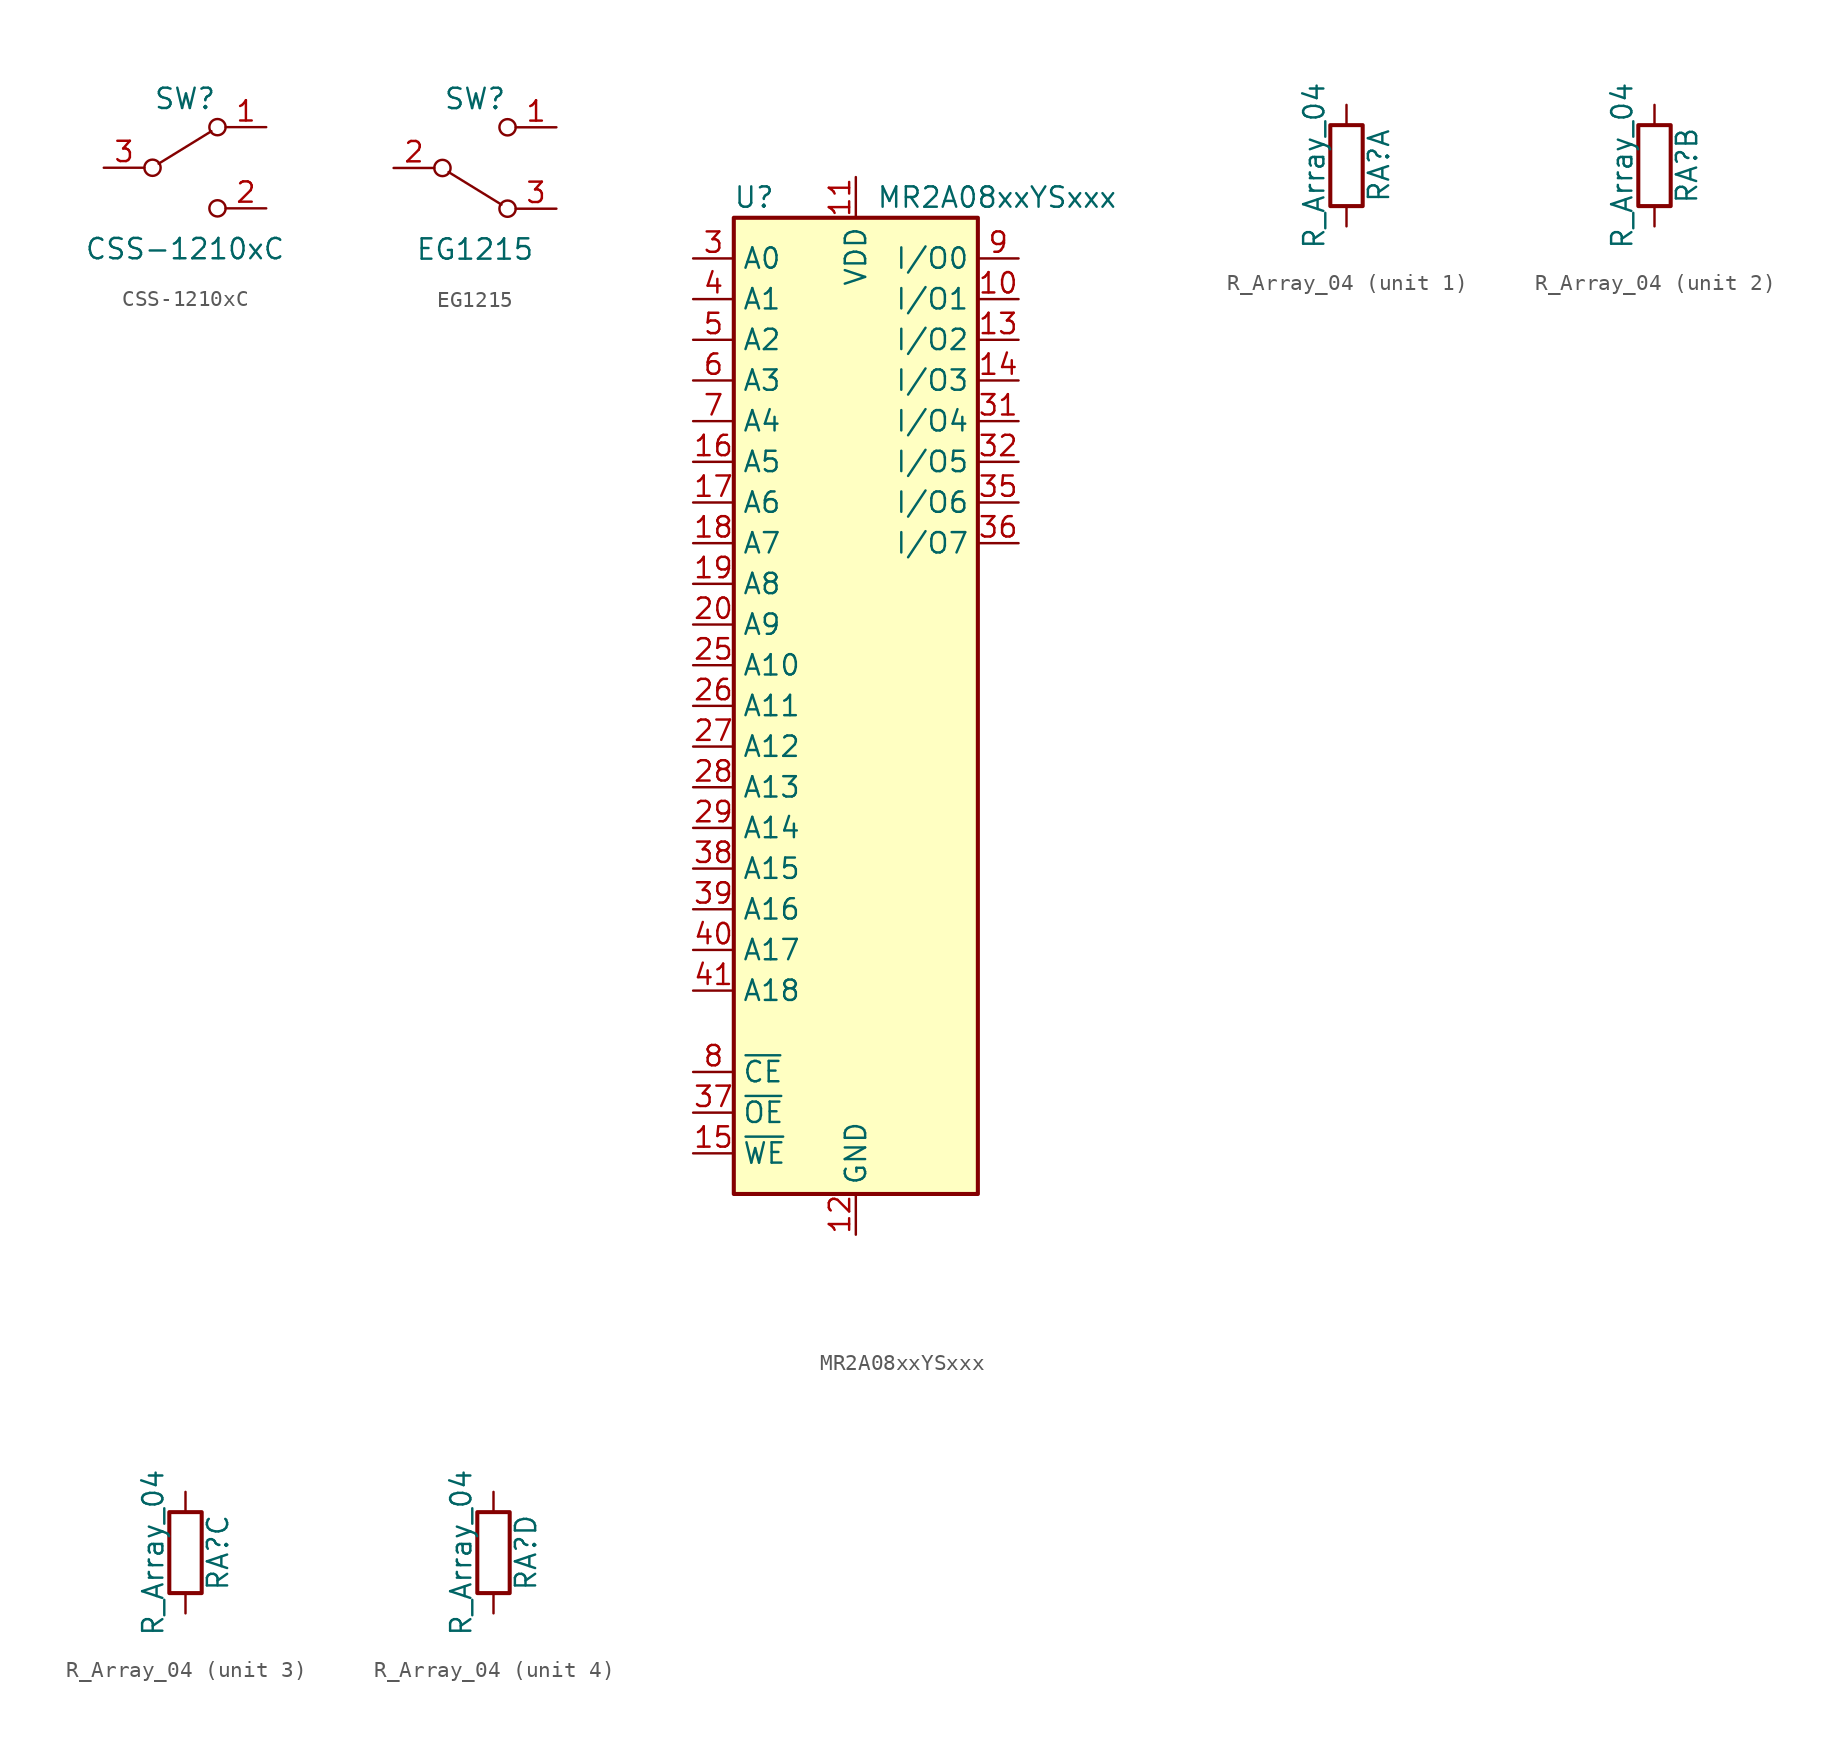
<source format=kicad_sym>
(kicad_symbol_lib
  (version 20220914)
  (generator kicad_symbol_editor)
  (symbol "CSS-1210xC"
    (pin_names
      (offset 0) hide)
    (property "Reference" "SW"
      (at 0 4.318 0)
      (effects (font (size 1.27 1.27))))
    (property "Value" "CSS-1210xC"
      (at 0 -5.08 0)
      (effects (font (size 1.27 1.27))))
    (symbol "CSS-1210xC_0_0"
      (circle (center -2.032 0) (radius 0.508) (stroke (width 0) (type default)) (fill (type none)))
      (circle (center 2.032 -2.54) (radius 0.508) (stroke (width 0) (type default)) (fill (type none))))
    (symbol "CSS-1210xC_0_1"
      (polyline (pts (xy -1.651 0.254) (xy 1.651 2.286)) (stroke (width 0) (type default)) (fill (type none)))
      (circle (center 2.032 2.54) (radius 0.508) (stroke (width 0) (type default)) (fill (type none))))
    (symbol "CSS-1210xC_1_1"
      (pin passive line (at 5.08 2.54 180) (length 2.54) (name "~" (effects (font (size 1.27 1.27)))) (number "1" (effects (font (size 1.27 1.27)))))
      (pin passive line (at 5.08 -2.54 180) (length 2.54) (name "~" (effects (font (size 1.27 1.27)))) (number "2" (effects (font (size 1.27 1.27)))))
      (pin passive line (at -5.08 0 0) (length 2.54) (name "C" (effects (font (size 1.27 1.27)))) (number "3" (effects (font (size 1.27 1.27)))))))
  (symbol "EG1215"
    (pin_names
      (offset 0) hide)
    (property "Reference" "SW"
      (at 0 4.318 0)
      (effects (font (size 1.27 1.27))))
    (property "Value" "EG1215"
      (at 0 -5.08 0)
      (effects (font (size 1.27 1.27))))
    (symbol "EG1215_0_0"
      (circle (center -2.032 0) (radius 0.508) (stroke (width 0) (type default)) (fill (type none)))
      (circle (center 2.032 -2.54) (radius 0.508) (stroke (width 0) (type default)) (fill (type none))))
    (symbol "EG1215_0_1"
      (polyline (pts (xy -1.651 -0.254) (xy 1.651 -2.286)) (stroke (width 0) (type default)) (fill (type none)))
      (circle (center 2.032 2.54) (radius 0.508) (stroke (width 0) (type default)) (fill (type none))))
    (symbol "EG1215_1_1"
      (pin passive line (at 5.08 2.54 180) (length 2.54) (name "~" (effects (font (size 1.27 1.27)))) (number "1" (effects (font (size 1.27 1.27)))))
      (pin passive line (at -5.08 0 0) (length 2.54) (name "C" (effects (font (size 1.27 1.27)))) (number "2" (effects (font (size 1.27 1.27)))))
      (pin passive line (at 5.08 -2.54 180) (length 2.54) (name "~" (effects (font (size 1.27 1.27)))) (number "3" (effects (font (size 1.27 1.27)))))))
  (symbol "MR2A08xxYSxxx"
    (property "Reference" "U"
      (at -6.35 31.75 0)
      (effects (font (size 1.27 1.27))))
    (property "Value" "MR2A08xxYSxxx"
      (at 1.27 31.75 0)
      (effects (font (size 1.27 1.27)) (justify left)))
    (symbol "MR2A08xxYSxxx_0_1"
      (rectangle (start -7.62 30.48) (end 7.62 -30.48) (stroke (width 0.254) (type default)) (fill (type background))))
    (symbol "MR2A08xxYSxxx_1_1"
      (pin no_connect line (at 7.62 -10.16 180) (length 2.54) hide (name "DC" (effects (font (size 1.27 1.27)))) (number "1" (effects (font (size 1.27 1.27)))))
      (pin bidirectional line (at 10.16 25.4 180) (length 2.54) (name "I/O1" (effects (font (size 1.27 1.27)))) (number "10" (effects (font (size 1.27 1.27)))))
      (pin power_in line (at 0 33.02 270) (length 2.54) (name "VDD" (effects (font (size 1.27 1.27)))) (number "11" (effects (font (size 1.27 1.27)))))
      (pin power_in line (at 0 -33.02 90) (length 2.54) (name "GND" (effects (font (size 1.27 1.27)))) (number "12" (effects (font (size 1.27 1.27)))))
      (pin bidirectional line (at 10.16 22.86 180) (length 2.54) (name "I/O2" (effects (font (size 1.27 1.27)))) (number "13" (effects (font (size 1.27 1.27)))))
      (pin bidirectional line (at 10.16 20.32 180) (length 2.54) (name "I/O3" (effects (font (size 1.27 1.27)))) (number "14" (effects (font (size 1.27 1.27)))))
      (pin input line (at -10.16 -27.94 0) (length 2.54) (name "~{WE}" (effects (font (size 1.27 1.27)))) (number "15" (effects (font (size 1.27 1.27)))))
      (pin input line (at -10.16 15.24 0) (length 2.54) (name "A5" (effects (font (size 1.27 1.27)))) (number "16" (effects (font (size 1.27 1.27)))))
      (pin input line (at -10.16 12.7 0) (length 2.54) (name "A6" (effects (font (size 1.27 1.27)))) (number "17" (effects (font (size 1.27 1.27)))))
      (pin input line (at -10.16 10.16 0) (length 2.54) (name "A7" (effects (font (size 1.27 1.27)))) (number "18" (effects (font (size 1.27 1.27)))))
      (pin input line (at -10.16 7.62 0) (length 2.54) (name "A8" (effects (font (size 1.27 1.27)))) (number "19" (effects (font (size 1.27 1.27)))))
      (pin no_connect line (at 7.62 -5.08 180) (length 2.54) hide (name "NC" (effects (font (size 1.27 1.27)))) (number "2" (effects (font (size 1.27 1.27)))))
      (pin input line (at -10.16 5.08 0) (length 2.54) (name "A9" (effects (font (size 1.27 1.27)))) (number "20" (effects (font (size 1.27 1.27)))))
      (pin no_connect line (at 7.62 -12.7 180) (length 2.54) hide (name "DC" (effects (font (size 1.27 1.27)))) (number "21" (effects (font (size 1.27 1.27)))))
      (pin no_connect line (at 7.62 -15.24 180) (length 2.54) hide (name "DC" (effects (font (size 1.27 1.27)))) (number "22" (effects (font (size 1.27 1.27)))))
      (pin no_connect line (at 7.62 -17.78 180) (length 2.54) hide (name "DC" (effects (font (size 1.27 1.27)))) (number "23" (effects (font (size 1.27 1.27)))))
      (pin no_connect line (at 7.62 -20.32 180) (length 2.54) hide (name "DC" (effects (font (size 1.27 1.27)))) (number "24" (effects (font (size 1.27 1.27)))))
      (pin input line (at -10.16 2.54 0) (length 2.54) (name "A10" (effects (font (size 1.27 1.27)))) (number "25" (effects (font (size 1.27 1.27)))))
      (pin input line (at -10.16 0 0) (length 2.54) (name "A11" (effects (font (size 1.27 1.27)))) (number "26" (effects (font (size 1.27 1.27)))))
      (pin input line (at -10.16 -2.54 0) (length 2.54) (name "A12" (effects (font (size 1.27 1.27)))) (number "27" (effects (font (size 1.27 1.27)))))
      (pin input line (at -10.16 -5.08 0) (length 2.54) (name "A13" (effects (font (size 1.27 1.27)))) (number "28" (effects (font (size 1.27 1.27)))))
      (pin input line (at -10.16 -7.62 0) (length 2.54) (name "A14" (effects (font (size 1.27 1.27)))) (number "29" (effects (font (size 1.27 1.27)))))
      (pin input line (at -10.16 27.94 0) (length 2.54) (name "A0" (effects (font (size 1.27 1.27)))) (number "3" (effects (font (size 1.27 1.27)))))
      (pin no_connect line (at 7.62 -22.86 180) (length 2.54) hide (name "DC" (effects (font (size 1.27 1.27)))) (number "30" (effects (font (size 1.27 1.27)))))
      (pin bidirectional line (at 10.16 17.78 180) (length 2.54) (name "I/O4" (effects (font (size 1.27 1.27)))) (number "31" (effects (font (size 1.27 1.27)))))
      (pin bidirectional line (at 10.16 15.24 180) (length 2.54) (name "I/O5" (effects (font (size 1.27 1.27)))) (number "32" (effects (font (size 1.27 1.27)))))
      (pin passive line (at 0 33.02 270) (length 2.54) hide (name "VDD" (effects (font (size 1.27 1.27)))) (number "33" (effects (font (size 1.27 1.27)))))
      (pin passive line (at 0 -33.02 90) (length 2.54) hide (name "GND" (effects (font (size 1.27 1.27)))) (number "34" (effects (font (size 1.27 1.27)))))
      (pin bidirectional line (at 10.16 12.7 180) (length 2.54) (name "I/O6" (effects (font (size 1.27 1.27)))) (number "35" (effects (font (size 1.27 1.27)))))
      (pin bidirectional line (at 10.16 10.16 180) (length 2.54) (name "I/O7" (effects (font (size 1.27 1.27)))) (number "36" (effects (font (size 1.27 1.27)))))
      (pin input line (at -10.16 -25.4 0) (length 2.54) (name "~{OE}" (effects (font (size 1.27 1.27)))) (number "37" (effects (font (size 1.27 1.27)))))
      (pin input line (at -10.16 -10.16 0) (length 2.54) (name "A15" (effects (font (size 1.27 1.27)))) (number "38" (effects (font (size 1.27 1.27)))))
      (pin input line (at -10.16 -12.7 0) (length 2.54) (name "A16" (effects (font (size 1.27 1.27)))) (number "39" (effects (font (size 1.27 1.27)))))
      (pin input line (at -10.16 25.4 0) (length 2.54) (name "A1" (effects (font (size 1.27 1.27)))) (number "4" (effects (font (size 1.27 1.27)))))
      (pin input line (at -10.16 -15.24 0) (length 2.54) (name "A17" (effects (font (size 1.27 1.27)))) (number "40" (effects (font (size 1.27 1.27)))))
      (pin input line (at -10.16 -17.78 0) (length 2.54) (name "A18" (effects (font (size 1.27 1.27)))) (number "41" (effects (font (size 1.27 1.27)))))
      (pin no_connect line (at 7.62 -25.4 180) (length 2.54) hide (name "DC" (effects (font (size 1.27 1.27)))) (number "42" (effects (font (size 1.27 1.27)))))
      (pin no_connect line (at 7.62 -7.62 180) (length 2.54) hide (name "NC" (effects (font (size 1.27 1.27)))) (number "43" (effects (font (size 1.27 1.27)))))
      (pin no_connect line (at 7.62 -27.94 180) (length 2.54) hide (name "DC" (effects (font (size 1.27 1.27)))) (number "44" (effects (font (size 1.27 1.27)))))
      (pin input line (at -10.16 22.86 0) (length 2.54) (name "A2" (effects (font (size 1.27 1.27)))) (number "5" (effects (font (size 1.27 1.27)))))
      (pin input line (at -10.16 20.32 0) (length 2.54) (name "A3" (effects (font (size 1.27 1.27)))) (number "6" (effects (font (size 1.27 1.27)))))
      (pin input line (at -10.16 17.78 0) (length 2.54) (name "A4" (effects (font (size 1.27 1.27)))) (number "7" (effects (font (size 1.27 1.27)))))
      (pin input line (at -10.16 -22.86 0) (length 2.54) (name "~{CE}" (effects (font (size 1.27 1.27)))) (number "8" (effects (font (size 1.27 1.27)))))
      (pin bidirectional line (at 10.16 27.94 180) (length 2.54) (name "I/O0" (effects (font (size 1.27 1.27)))) (number "9" (effects (font (size 1.27 1.27)))))))
  (symbol "R_Array_04"
    (pin_numbers hide)
    (pin_names
      (offset 0) hide)
    (property "Reference" "RA"
      (at 2.032 0 90)
      (effects (font (size 1.27 1.27))))
    (property "Value" "R_Array_04"
      (at -2.032 0 90)
      (effects (font (size 1.27 1.27))))
    (symbol "R_Array_04_0_1"
      (rectangle (start 1.016 2.54) (end -1.016 -2.54) (stroke (width 0.254) (type default)) (fill (type none))))
    (symbol "R_Array_04_1_1"
      (pin passive line (at 0 3.81 270) (length 1.27) (name "R1.1" (effects (font (size 1.27 1.27)))) (number "1" (effects (font (size 1.27 1.27)))))
      (pin passive line (at 0 -3.81 90) (length 1.27) (name "R1.2" (effects (font (size 1.27 1.27)))) (number "8" (effects (font (size 1.27 1.27))))))
    (symbol "R_Array_04_2_1"
      (pin passive line (at 0 3.81 270) (length 1.27) (name "R2.1" (effects (font (size 1.27 1.27)))) (number "2" (effects (font (size 1.27 1.27)))))
      (pin passive line (at 0 -3.81 90) (length 1.27) (name "R2.2" (effects (font (size 1.27 1.27)))) (number "7" (effects (font (size 1.27 1.27))))))
    (symbol "R_Array_04_3_1"
      (pin passive line (at 0 3.81 270) (length 1.27) (name "R3.1" (effects (font (size 1.27 1.27)))) (number "3" (effects (font (size 1.27 1.27)))))
      (pin passive line (at 0 -3.81 90) (length 1.27) (name "R3.2" (effects (font (size 1.27 1.27)))) (number "6" (effects (font (size 1.27 1.27))))))
    (symbol "R_Array_04_4_1"
      (pin passive line (at 0 3.81 270) (length 1.27) (name "R4.1" (effects (font (size 1.27 1.27)))) (number "4" (effects (font (size 1.27 1.27)))))
      (pin passive line (at 0 -3.81 90) (length 1.27) (name "R4.2" (effects (font (size 1.27 1.27)))) (number "5" (effects (font (size 1.27 1.27))))))))
</source>
